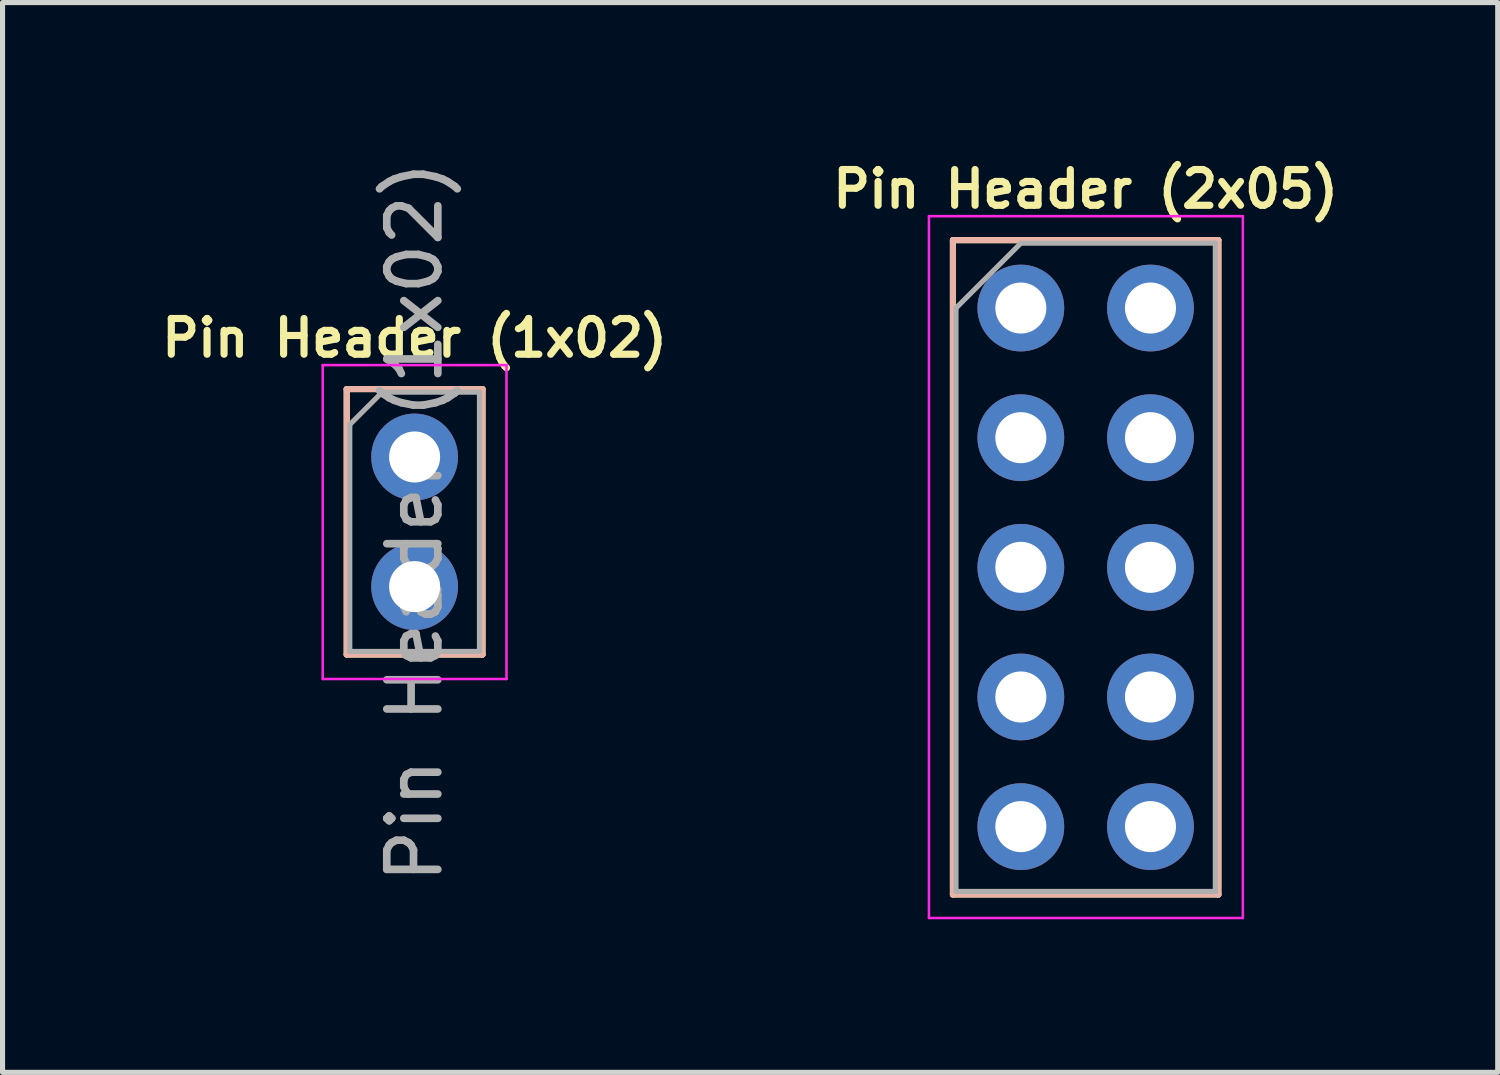
<source format=kicad_pcb>
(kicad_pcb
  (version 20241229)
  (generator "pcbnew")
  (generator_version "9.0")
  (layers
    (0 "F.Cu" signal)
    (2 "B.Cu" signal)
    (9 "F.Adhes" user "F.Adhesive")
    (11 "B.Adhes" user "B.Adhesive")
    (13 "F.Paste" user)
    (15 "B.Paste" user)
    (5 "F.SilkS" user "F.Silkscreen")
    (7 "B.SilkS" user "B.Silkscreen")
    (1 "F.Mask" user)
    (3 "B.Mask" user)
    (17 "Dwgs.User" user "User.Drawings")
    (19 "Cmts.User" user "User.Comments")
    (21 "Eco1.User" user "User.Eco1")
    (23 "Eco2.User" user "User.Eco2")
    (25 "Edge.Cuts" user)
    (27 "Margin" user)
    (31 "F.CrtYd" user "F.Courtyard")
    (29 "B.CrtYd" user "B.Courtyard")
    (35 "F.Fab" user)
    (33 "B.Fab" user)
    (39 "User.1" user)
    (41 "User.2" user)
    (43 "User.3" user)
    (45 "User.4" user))
  (footprint "Pin Header (1x02)"
    (layer "F.Cu")
    (at 5.073 5.903)
    (property "Reference" "Pin Header (1x02)" (at 0 -2.33 0) (layer "F.SilkS") (effects (font (size 0.7 0.7) (thickness 0.14) (bold yes))))
    (attr through_hole)
    (fp_line (start -1.33 -1.33) (end -1.33 3.87) (stroke (width 0.12) (type solid)) (layer "F.SilkS"))
    (fp_line (start -1.33 -1.33) (end 1.33 -1.33) (stroke (width 0.12) (type solid)) (layer "F.SilkS"))
    (fp_line (start -1.33 3.87) (end 1.33 3.87) (stroke (width 0.12) (type solid)) (layer "F.SilkS"))
    (fp_line (start 1.33 -1.33) (end 1.33 3.87) (stroke (width 0.12) (type solid)) (layer "F.SilkS"))
    (fp_line (start -1.33 -1.33) (end -1.33 3.87) (stroke (width 0.12) (type solid)) (layer "B.SilkS"))
    (fp_line (start -1.33 -1.33) (end 1.33 -1.33) (stroke (width 0.12) (type solid)) (layer "B.SilkS"))
    (fp_line (start -1.33 3.87) (end 1.33 3.87) (stroke (width 0.12) (type solid)) (layer "B.SilkS"))
    (fp_line (start 1.33 -1.33) (end 1.33 3.87) (stroke (width 0.12) (type solid)) (layer "B.SilkS"))
    (fp_line (start -1.8 -1.8) (end -1.8 4.35) (stroke (width 0.05) (type solid)) (layer "F.CrtYd"))
    (fp_line (start -1.8 4.35) (end 1.8 4.35) (stroke (width 0.05) (type solid)) (layer "F.CrtYd"))
    (fp_line (start 1.8 -1.8) (end -1.8 -1.8) (stroke (width 0.05) (type solid)) (layer "F.CrtYd"))
    (fp_line (start 1.8 4.35) (end 1.8 -1.8) (stroke (width 0.05) (type solid)) (layer "F.CrtYd"))
    (fp_line (start -1.27 -0.635) (end -0.635 -1.27) (stroke (width 0.1) (type solid)) (layer "F.Fab"))
    (fp_line (start -1.27 3.81) (end -1.27 -0.635) (stroke (width 0.1) (type solid)) (layer "F.Fab"))
    (fp_line (start -0.635 -1.27) (end 1.27 -1.27) (stroke (width 0.1) (type solid)) (layer "F.Fab"))
    (fp_line (start 1.27 -1.27) (end 1.27 3.81) (stroke (width 0.1) (type solid)) (layer "F.Fab"))
    (fp_line (start 1.27 3.81) (end -1.27 3.81) (stroke (width 0.1) (type solid)) (layer "F.Fab"))
    (fp_text user "${REFERENCE}" (at 0 1.27 90) (layer "F.Fab") (effects (font (size 1 1) (thickness 0.15))))
    (pad "1" thru_hole circle (at 0 0) (size 1.7 1.7) (drill 1) (layers "*.Cu" "*.Mask"))
    (pad "2" thru_hole oval (at 0 2.54) (size 1.7 1.7) (drill 1) (layers "*.Cu" "*.Mask")))
  (footprint "Pin Header (2x05)"
    (layer "F.Cu")
    (at 16.95 2.985)
    (property "Reference" "Pin Header (2x05)" (at 1.27 -2.33 0) (layer "F.SilkS") (effects (font (size 0.7 0.7) (thickness 0.14) (bold yes))))
    (attr through_hole)
    (fp_line (start -1.33 -1.33) (end -1.33 11.49) (stroke (width 0.12) (type solid)) (layer "F.SilkS"))
    (fp_line (start -1.33 -1.33) (end 3.87 -1.33) (stroke (width 0.12) (type solid)) (layer "F.SilkS"))
    (fp_line (start -1.33 11.49) (end 3.87 11.49) (stroke (width 0.12) (type solid)) (layer "F.SilkS"))
    (fp_line (start 3.87 -1.33) (end 3.87 11.49) (stroke (width 0.12) (type solid)) (layer "F.SilkS"))
    (fp_line (start -1.33 -1.33) (end -1.33 11.49) (stroke (width 0.12) (type solid)) (layer "B.SilkS"))
    (fp_line (start -1.33 -1.33) (end 3.87 -1.33) (stroke (width 0.12) (type solid)) (layer "B.SilkS"))
    (fp_line (start -1.33 11.49) (end 3.87 11.49) (stroke (width 0.12) (type solid)) (layer "B.SilkS"))
    (fp_line (start 3.87 -1.33) (end 3.87 11.49) (stroke (width 0.12) (type solid)) (layer "B.SilkS"))
    (fp_line (start -1.8 -1.8) (end -1.8 11.95) (stroke (width 0.05) (type solid)) (layer "F.CrtYd"))
    (fp_line (start -1.8 11.95) (end 4.35 11.95) (stroke (width 0.05) (type solid)) (layer "F.CrtYd"))
    (fp_line (start 4.35 -1.8) (end -1.8 -1.8) (stroke (width 0.05) (type solid)) (layer "F.CrtYd"))
    (fp_line (start 4.35 11.95) (end 4.35 -1.8) (stroke (width 0.05) (type solid)) (layer "F.CrtYd"))
    (fp_line (start -1.27 0) (end 0 -1.27) (stroke (width 0.1) (type solid)) (layer "F.Fab"))
    (fp_line (start -1.27 11.43) (end -1.27 0) (stroke (width 0.1) (type solid)) (layer "F.Fab"))
    (fp_line (start 0 -1.27) (end 3.81 -1.27) (stroke (width 0.1) (type solid)) (layer "F.Fab"))
    (fp_line (start 3.81 -1.27) (end 3.81 11.43) (stroke (width 0.1) (type solid)) (layer "F.Fab"))
    (fp_line (start 3.81 11.43) (end -1.27 11.43) (stroke (width 0.1) (type solid)) (layer "F.Fab"))
    (pad "1" thru_hole circle (at 0 0) (size 1.7 1.7) (drill 1) (layers "*.Cu" "*.Mask"))
    (pad "2" thru_hole oval (at 2.54 0) (size 1.7 1.7) (drill 1) (layers "*.Cu" "*.Mask"))
    (pad "3" thru_hole oval (at 0 2.54) (size 1.7 1.7) (drill 1) (layers "*.Cu" "*.Mask"))
    (pad "4" thru_hole oval (at 2.54 2.54) (size 1.7 1.7) (drill 1) (layers "*.Cu" "*.Mask"))
    (pad "5" thru_hole oval (at 0 5.08) (size 1.7 1.7) (drill 1) (layers "*.Cu" "*.Mask"))
    (pad "6" thru_hole oval (at 2.54 5.08) (size 1.7 1.7) (drill 1) (layers "*.Cu" "*.Mask"))
    (pad "7" thru_hole oval (at 0 7.62) (size 1.7 1.7) (drill 1) (layers "*.Cu" "*.Mask"))
    (pad "8" thru_hole oval (at 2.54 7.62) (size 1.7 1.7) (drill 1) (layers "*.Cu" "*.Mask"))
    (pad "9" thru_hole oval (at 0 10.16) (size 1.7 1.7) (drill 1) (layers "*.Cu" "*.Mask"))
    (pad "10" thru_hole oval (at 2.54 10.16) (size 1.7 1.7) (drill 1) (layers "*.Cu" "*.Mask")))
  (gr_rect
    (start -3 -3)
    (end 26.293 17.96)
    (stroke (width 0.1) (type default))
    (fill no)
    (layer "Edge.Cuts")))
</source>
